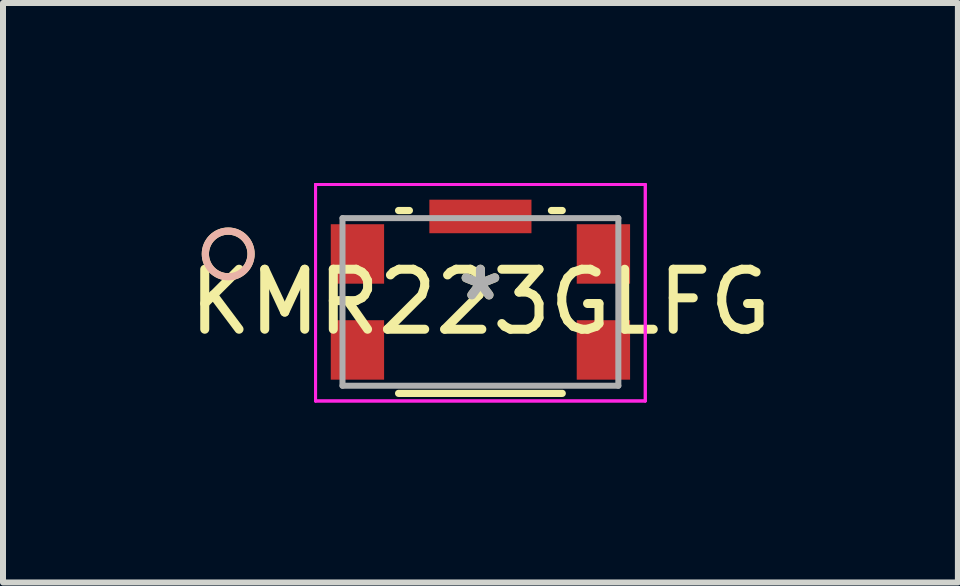
<source format=kicad_pcb>
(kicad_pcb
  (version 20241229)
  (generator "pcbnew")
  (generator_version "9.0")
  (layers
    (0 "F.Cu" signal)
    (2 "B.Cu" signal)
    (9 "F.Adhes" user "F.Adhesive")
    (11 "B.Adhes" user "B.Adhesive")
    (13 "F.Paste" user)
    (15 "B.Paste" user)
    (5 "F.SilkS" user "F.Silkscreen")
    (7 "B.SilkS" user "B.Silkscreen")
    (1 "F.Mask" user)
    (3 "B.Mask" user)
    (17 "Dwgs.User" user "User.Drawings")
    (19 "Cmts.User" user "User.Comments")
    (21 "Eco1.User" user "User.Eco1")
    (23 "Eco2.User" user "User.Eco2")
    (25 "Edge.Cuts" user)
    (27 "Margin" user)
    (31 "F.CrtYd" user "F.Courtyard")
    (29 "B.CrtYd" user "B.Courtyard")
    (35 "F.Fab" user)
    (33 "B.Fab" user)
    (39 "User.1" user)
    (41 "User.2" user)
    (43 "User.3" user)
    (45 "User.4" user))
  (footprint "KMR223GLFG"
    (layer "F.Cu")
    (at 4.958 1.983)
    (property "Reference" "KMR223GLFG" (at 0 0 0) (layer "F.SilkS") (effects (font (size 1 1) (thickness 0.15))))
    (attr through_hole)
    (fp_line (start -1.364 1.524) (end 1.364 1.524) (stroke (width 0.12) (type solid)) (layer "F.SilkS"))
    (fp_line (start -1.184 -1.524) (end -1.364 -1.524) (stroke (width 0.12) (type solid)) (layer "F.SilkS"))
    (fp_line (start 1.364 -1.524) (end 1.184 -1.524) (stroke (width 0.12) (type solid)) (layer "F.SilkS"))
    (fp_circle (center -4.204 -0.8) (end -3.823 -0.8) (stroke (width 0.12) (type solid)) (fill no) (layer "F.SilkS"))
    (fp_circle (center -4.204 -0.8) (end -3.823 -0.8) (stroke (width 0.12) (type solid)) (fill no) (layer "B.SilkS"))
    (fp_line (start -2.748 -1.958) (end -2.748 1.651) (stroke (width 0.05) (type solid)) (layer "F.CrtYd"))
    (fp_line (start -2.748 -1.958) (end -2.748 1.651) (stroke (width 0.05) (type solid)) (layer "F.CrtYd"))
    (fp_line (start -2.748 1.651) (end 2.748 1.651) (stroke (width 0.05) (type solid)) (layer "F.CrtYd"))
    (fp_line (start -2.748 1.651) (end 2.748 1.651) (stroke (width 0.05) (type solid)) (layer "F.CrtYd"))
    (fp_line (start 2.748 -1.958) (end -2.748 -1.958) (stroke (width 0.05) (type solid)) (layer "F.CrtYd"))
    (fp_line (start 2.748 -1.958) (end -2.748 -1.958) (stroke (width 0.05) (type solid)) (layer "F.CrtYd"))
    (fp_line (start 2.748 1.651) (end 2.748 -1.958) (stroke (width 0.05) (type solid)) (layer "F.CrtYd"))
    (fp_line (start 2.748 1.651) (end 2.748 -1.958) (stroke (width 0.05) (type solid)) (layer "F.CrtYd"))
    (fp_line (start -2.299 -1.397) (end -2.299 1.397) (stroke (width 0.1) (type solid)) (layer "F.Fab"))
    (fp_line (start -2.299 1.397) (end 2.299 1.397) (stroke (width 0.1) (type solid)) (layer "F.Fab"))
    (fp_line (start 2.299 -1.397) (end -2.299 -1.397) (stroke (width 0.1) (type solid)) (layer "F.Fab"))
    (fp_line (start 2.299 1.397) (end 2.299 -1.397) (stroke (width 0.1) (type solid)) (layer "F.Fab"))
    (fp_text user "*" (at 0 0 0) (layer "F.SilkS") (effects (font (size 1 1) (thickness 0.15))))
    (fp_text user "*" (at 0 0 0) (layer "F.Fab") (effects (font (size 1 1) (thickness 0.15))))
    (pad "" smd rect (at 0 -1.425) (size 1.702 0.559) (layers "F.Cu" "F.Mask" "F.Paste"))
    (pad "1" smd rect (at -2.05 -0.8) (size 0.889 0.991) (layers "F.Cu" "F.Mask" "F.Paste"))
    (pad "1" smd rect (at 2.05 -0.8) (size 0.889 0.991) (layers "F.Cu" "F.Mask" "F.Paste"))
    (pad "2" smd rect (at -2.05 0.8) (size 0.889 0.991) (layers "F.Cu" "F.Mask" "F.Paste"))
    (pad "2" smd rect (at 2.05 0.8) (size 0.889 0.991) (layers "F.Cu" "F.Mask" "F.Paste")))
  (gr_rect
    (start -3 -3)
    (end 12.917 6.659)
    (stroke (width 0.1) (type default))
    (fill no)
    (layer "Edge.Cuts")))
</source>
